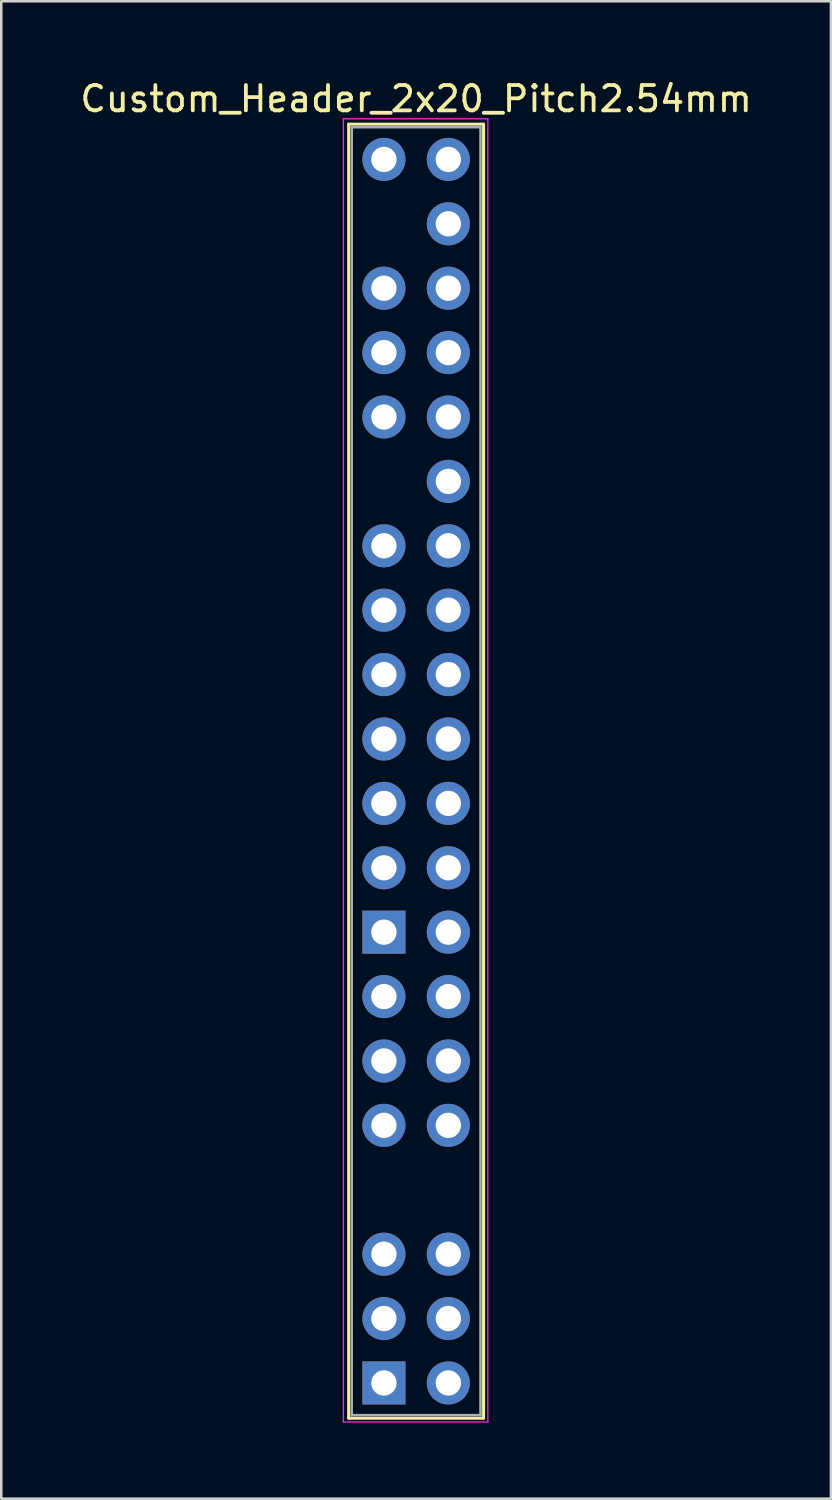
<source format=kicad_pcb>
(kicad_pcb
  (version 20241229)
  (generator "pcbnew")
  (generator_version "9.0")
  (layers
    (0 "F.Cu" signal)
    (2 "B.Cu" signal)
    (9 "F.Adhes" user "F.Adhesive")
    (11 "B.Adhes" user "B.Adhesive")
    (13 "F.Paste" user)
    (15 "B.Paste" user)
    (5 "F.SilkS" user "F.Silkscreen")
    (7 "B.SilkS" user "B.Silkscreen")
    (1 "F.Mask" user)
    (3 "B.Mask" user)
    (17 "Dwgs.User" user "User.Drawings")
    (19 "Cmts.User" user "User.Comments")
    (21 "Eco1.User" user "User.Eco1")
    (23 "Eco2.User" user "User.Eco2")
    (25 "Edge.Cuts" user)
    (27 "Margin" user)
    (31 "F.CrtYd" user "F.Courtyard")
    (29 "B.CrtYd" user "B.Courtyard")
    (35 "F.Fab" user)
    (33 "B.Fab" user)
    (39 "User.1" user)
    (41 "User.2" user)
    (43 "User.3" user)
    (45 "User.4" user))
  (footprint "Custom_Header_2x20_Pitch2.54mm"
    (layer "F.Cu")
    (at 12.093 3.238)
    (property "Reference" "Custom_Header_2x20_Pitch2.54mm" (at 1.27 -2.39 0) (layer "F.SilkS") (effects (font (size 1 1) (thickness 0.15))))
    (attr through_hole)
    (fp_line (start -1.39 -1.39) (end -1.39 49.65) (stroke (width 0.12) (type solid)) (layer "F.SilkS"))
    (fp_line (start -1.39 49.65) (end 3.93 49.65) (stroke (width 0.12) (type solid)) (layer "F.SilkS"))
    (fp_line (start 3.93 -1.39) (end -1.39 -1.39) (stroke (width 0.12) (type solid)) (layer "F.SilkS"))
    (fp_line (start 3.93 49.65) (end 3.93 -1.39) (stroke (width 0.12) (type solid)) (layer "F.SilkS"))
    (fp_line (start -1.6 -1.6) (end -1.6 49.8) (stroke (width 0.05) (type solid)) (layer "F.CrtYd"))
    (fp_line (start -1.6 49.8) (end 4.1 49.8) (stroke (width 0.05) (type solid)) (layer "F.CrtYd"))
    (fp_line (start 4.1 -1.6) (end -1.6 -1.6) (stroke (width 0.05) (type solid)) (layer "F.CrtYd"))
    (fp_line (start 4.1 49.8) (end 4.1 -1.6) (stroke (width 0.05) (type solid)) (layer "F.CrtYd"))
    (fp_line (start -1.27 -1.27) (end -1.27 49.53) (stroke (width 0.1) (type solid)) (layer "F.Fab"))
    (fp_line (start -1.27 49.53) (end 3.81 49.53) (stroke (width 0.1) (type solid)) (layer "F.Fab"))
    (fp_line (start 3.81 -1.27) (end -1.27 -1.27) (stroke (width 0.1) (type solid)) (layer "F.Fab"))
    (fp_line (start 3.81 49.53) (end 3.81 -1.27) (stroke (width 0.1) (type solid)) (layer "F.Fab"))
    (pad "1" thru_hole oval (at 0 0) (size 1.7 1.7) (drill 1) (layers "*.Cu" "*.Mask"))
    (pad "2" thru_hole oval (at 2.54 0) (size 1.7 1.7) (drill 1) (layers "*.Cu" "*.Mask"))
    (pad "4" thru_hole oval (at 2.54 2.54) (size 1.7 1.7) (drill 1) (layers "*.Cu" "*.Mask"))
    (pad "5" thru_hole circle (at 0 5.08) (size 1.7 1.7) (drill 1) (layers "*.Cu" "*.Mask"))
    (pad "6" thru_hole oval (at 2.54 5.08) (size 1.7 1.7) (drill 1) (layers "*.Cu" "*.Mask"))
    (pad "7" thru_hole oval (at 0 7.62) (size 1.7 1.7) (drill 1) (layers "*.Cu" "*.Mask"))
    (pad "8" thru_hole oval (at 2.54 7.62) (size 1.7 1.7) (drill 1) (layers "*.Cu" "*.Mask"))
    (pad "9" thru_hole oval (at 0 10.16) (size 1.7 1.7) (drill 1) (layers "*.Cu" "*.Mask"))
    (pad "10" thru_hole oval (at 2.54 10.16) (size 1.7 1.7) (drill 1) (layers "*.Cu" "*.Mask"))
    (pad "12" thru_hole oval (at 2.54 12.7) (size 1.7 1.7) (drill 1) (layers "*.Cu" "*.Mask"))
    (pad "13" thru_hole oval (at 0 15.24) (size 1.7 1.7) (drill 1) (layers "*.Cu" "*.Mask"))
    (pad "14" thru_hole oval (at 2.54 15.24) (size 1.7 1.7) (drill 1) (layers "*.Cu" "*.Mask"))
    (pad "15" thru_hole oval (at 0 17.78) (size 1.7 1.7) (drill 1) (layers "*.Cu" "*.Mask"))
    (pad "16" thru_hole oval (at 2.54 17.78) (size 1.7 1.7) (drill 1) (layers "*.Cu" "*.Mask"))
    (pad "17" thru_hole oval (at 0 20.32) (size 1.7 1.7) (drill 1) (layers "*.Cu" "*.Mask"))
    (pad "18" thru_hole oval (at 2.54 20.32) (size 1.7 1.7) (drill 1) (layers "*.Cu" "*.Mask"))
    (pad "19" thru_hole oval (at 0 22.86) (size 1.7 1.7) (drill 1) (layers "*.Cu" "*.Mask"))
    (pad "20" thru_hole oval (at 2.54 22.86) (size 1.7 1.7) (drill 1) (layers "*.Cu" "*.Mask"))
    (pad "21" thru_hole oval (at 0 25.4) (size 1.7 1.7) (drill 1) (layers "*.Cu" "*.Mask"))
    (pad "22" thru_hole oval (at 2.54 25.4) (size 1.7 1.7) (drill 1) (layers "*.Cu" "*.Mask"))
    (pad "23" thru_hole oval (at 0 27.94) (size 1.7 1.7) (drill 1) (layers "*.Cu" "*.Mask"))
    (pad "24" thru_hole oval (at 2.54 27.94) (size 1.7 1.7) (drill 1) (layers "*.Cu" "*.Mask"))
    (pad "25" thru_hole rect (at 0 30.48) (size 1.7 1.7) (drill 1) (layers "*.Cu" "*.Mask"))
    (pad "26" thru_hole oval (at 2.54 30.48) (size 1.7 1.7) (drill 1) (layers "*.Cu" "*.Mask"))
    (pad "27" thru_hole oval (at 0 33.02) (size 1.7 1.7) (drill 1) (layers "*.Cu" "*.Mask"))
    (pad "28" thru_hole oval (at 2.54 33.02) (size 1.7 1.7) (drill 1) (layers "*.Cu" "*.Mask"))
    (pad "29" thru_hole oval (at 0 35.56) (size 1.7 1.7) (drill 1) (layers "*.Cu" "*.Mask"))
    (pad "30" thru_hole oval (at 2.54 35.56) (size 1.7 1.7) (drill 1) (layers "*.Cu" "*.Mask"))
    (pad "31" thru_hole oval (at 0 38.1) (size 1.7 1.7) (drill 1) (layers "*.Cu" "*.Mask"))
    (pad "32" thru_hole oval (at 2.54 38.1) (size 1.7 1.7) (drill 1) (layers "*.Cu" "*.Mask"))
    (pad "35" thru_hole oval (at 0 43.18) (size 1.7 1.7) (drill 1) (layers "*.Cu" "*.Mask"))
    (pad "36" thru_hole oval (at 2.54 43.18) (size 1.7 1.7) (drill 1) (layers "*.Cu" "*.Mask"))
    (pad "37" thru_hole oval (at 0 45.72) (size 1.7 1.7) (drill 1) (layers "*.Cu" "*.Mask"))
    (pad "38" thru_hole oval (at 2.54 45.72) (size 1.7 1.7) (drill 1) (layers "*.Cu" "*.Mask"))
    (pad "39" thru_hole rect (at 0 48.26) (size 1.7 1.7) (drill 1) (layers "*.Cu" "*.Mask"))
    (pad "40" thru_hole oval (at 2.54 48.26) (size 1.7 1.7) (drill 1) (layers "*.Cu" "*.Mask")))
  (gr_rect
    (start -3 -3)
    (end 29.726 56.063)
    (stroke (width 0.1) (type default))
    (fill no)
    (layer "Edge.Cuts")))
</source>
